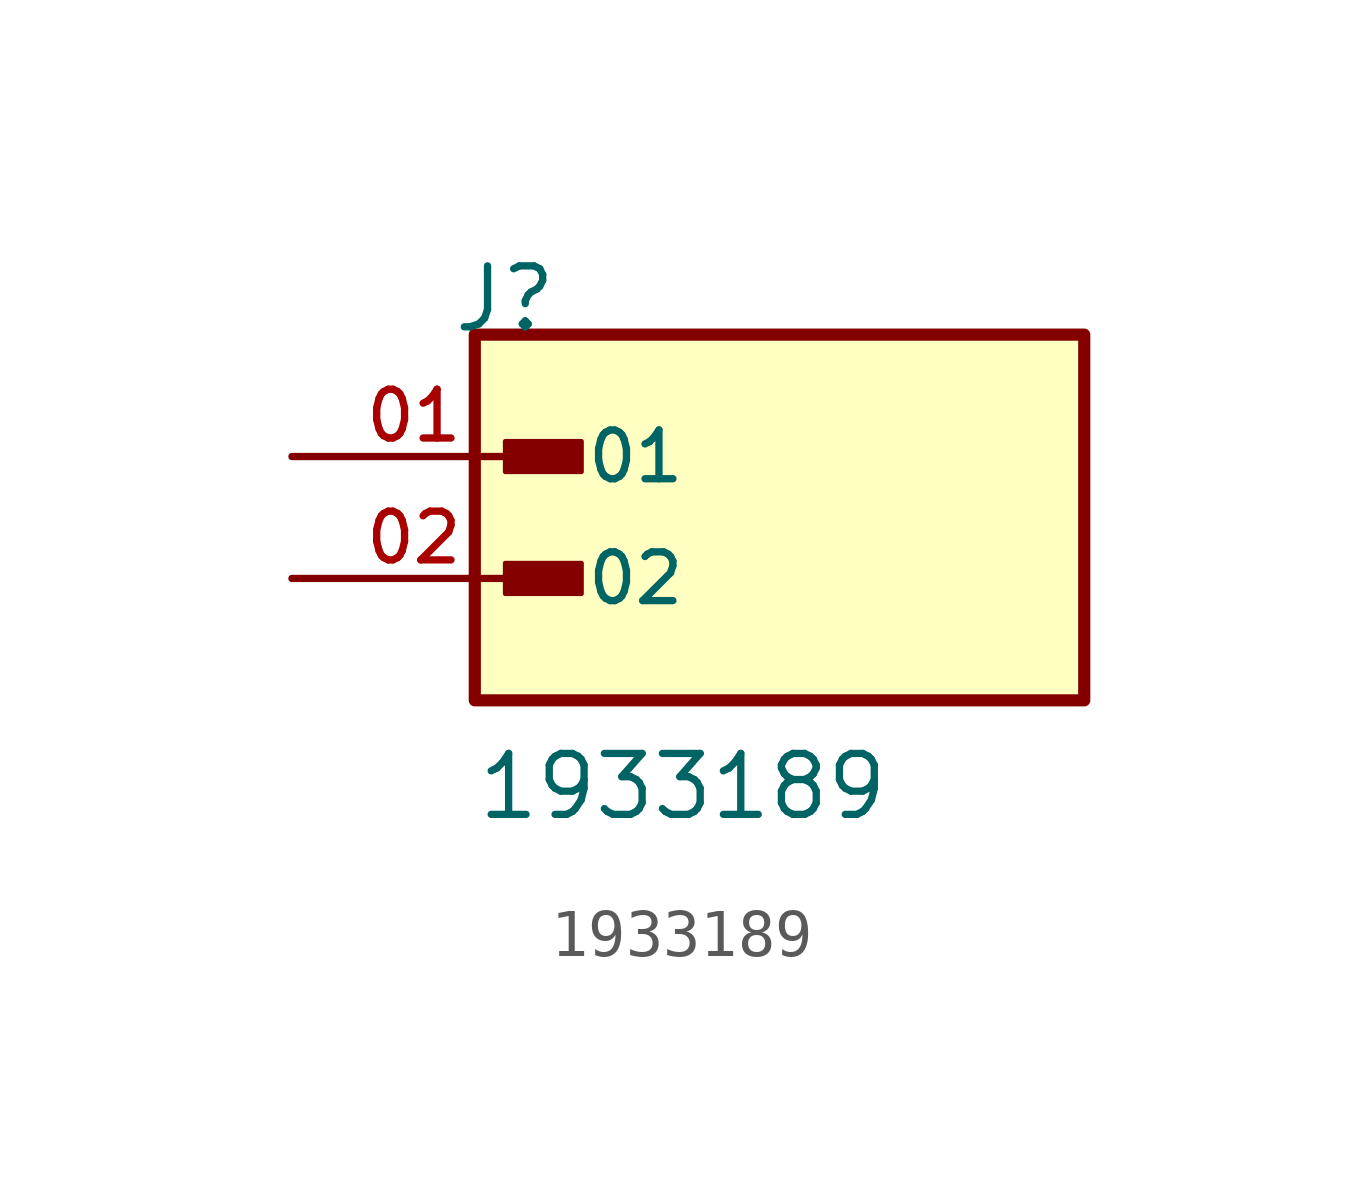
<source format=kicad_sym>
(kicad_symbol_lib
  (version 20231120)
  (generator "kicad_symbol_editor")
  (generator_version "8.0")
  (symbol "1933189"
    (pin_names
      (offset 1.016))
    (property "Reference" "J"
      (at -6.85 5.08 0)
      (effects (font (size 1.27 1.27)) (justify left bottom)))
    (property "Value" "1933189"
      (at -6.35 -5.08 0)
      (effects (font (size 1.27 1.27)) (justify left bottom)))
    (symbol "1933189_0_0"
      (rectangle (start -6.35 5.08) (end 6.35 -2.54) (stroke (width 0.254) (type default)) (fill (type background)))
      (rectangle (start -5.715 -0.318) (end -4.128 0.318) (stroke (width 0.1) (type default)) (fill (type outline)))
      (rectangle (start -5.715 2.223) (end -4.128 2.857) (stroke (width 0.1) (type default)) (fill (type outline)))
      (pin passive line (at -10.16 2.54 0) (length 5.08) (name "01" (effects (font (size 1.016 1.016)))) (number "01" (effects (font (size 1.016 1.016)))))
      (pin passive line (at -10.16 0 0) (length 5.08) (name "02" (effects (font (size 1.016 1.016)))) (number "02" (effects (font (size 1.016 1.016))))))))
</source>
